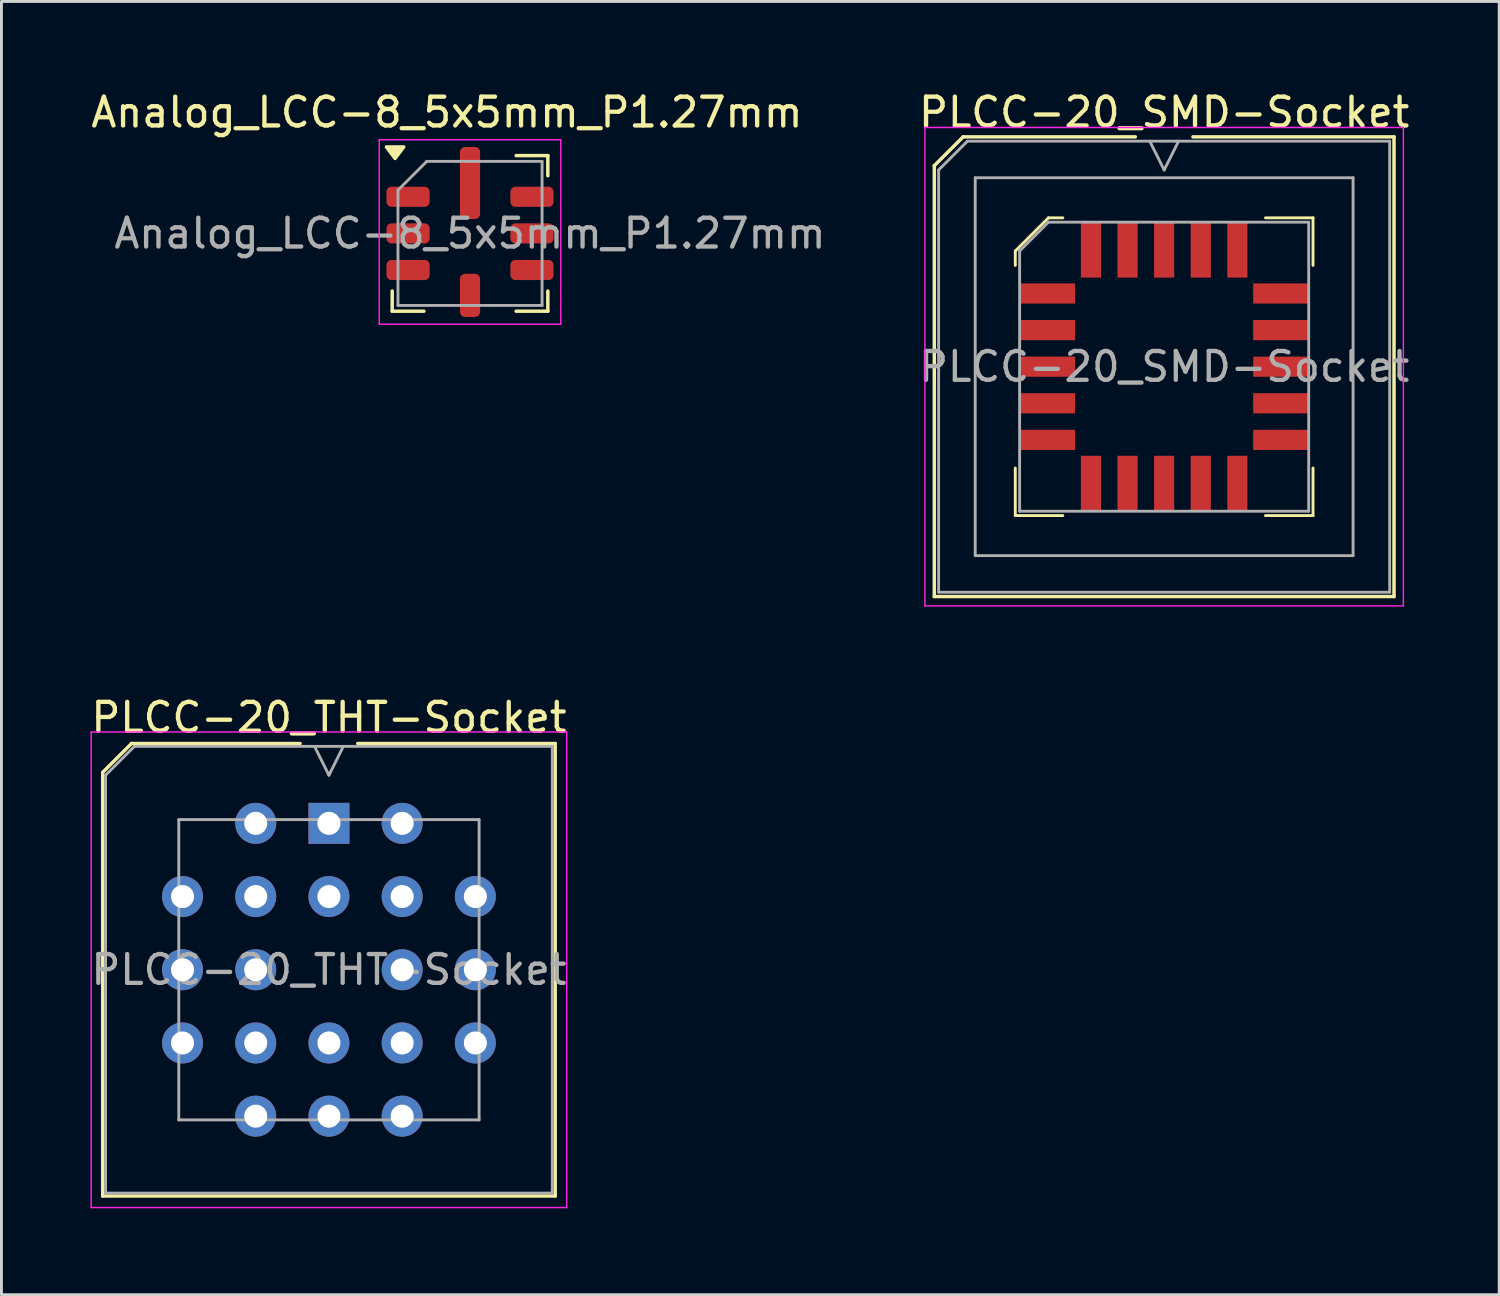
<source format=kicad_pcb>
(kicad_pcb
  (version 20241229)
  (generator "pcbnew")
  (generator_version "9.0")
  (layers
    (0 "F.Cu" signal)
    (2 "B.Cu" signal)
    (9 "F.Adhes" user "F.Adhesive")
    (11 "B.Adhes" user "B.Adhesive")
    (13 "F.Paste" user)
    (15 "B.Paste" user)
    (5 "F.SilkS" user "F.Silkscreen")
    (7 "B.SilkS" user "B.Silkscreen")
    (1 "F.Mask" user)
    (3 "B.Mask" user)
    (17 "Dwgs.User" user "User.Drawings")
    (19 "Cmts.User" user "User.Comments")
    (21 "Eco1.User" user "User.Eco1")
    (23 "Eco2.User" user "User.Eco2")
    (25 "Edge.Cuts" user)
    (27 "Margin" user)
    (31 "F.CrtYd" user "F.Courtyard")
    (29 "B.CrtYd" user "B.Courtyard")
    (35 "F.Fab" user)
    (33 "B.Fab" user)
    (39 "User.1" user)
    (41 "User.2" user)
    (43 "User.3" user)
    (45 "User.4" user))
  (footprint "Analog_LCC-8_5x5mm_P1.27mm"
    (layer "F.Cu")
    (at 13.258 5.048)
    (property "Reference" "Analog_LCC-8_5x5mm_P1.27mm" (at -0.8 -4.2 0) (layer "F.SilkS") (effects (font (size 1 1) (thickness 0.15))))
    (attr smd)
    (fp_line (start -2.7 2.7) (end -2.7 2) (stroke (width 0.12) (type solid)) (layer "F.SilkS"))
    (fp_line (start -1.6 2.7) (end -2.7 2.7) (stroke (width 0.12) (type solid)) (layer "F.SilkS"))
    (fp_line (start 1.6 -2.7) (end 2.7 -2.7) (stroke (width 0.12) (type solid)) (layer "F.SilkS"))
    (fp_line (start 2.7 -2.7) (end 2.7 -2) (stroke (width 0.12) (type solid)) (layer "F.SilkS"))
    (fp_line (start 2.7 2) (end 2.7 2.7) (stroke (width 0.12) (type solid)) (layer "F.SilkS"))
    (fp_line (start 2.7 2.7) (end 1.6 2.7) (stroke (width 0.12) (type solid)) (layer "F.SilkS"))
    (fp_poly (pts (xy -2.6 -2.6) (xy -2.9 -3) (xy -2.3 -3)) (stroke (width 0.12) (type solid)) (fill yes) (layer "F.SilkS"))
    (fp_line (start -3.15 -3.25) (end -3.15 3.15) (stroke (width 0.05) (type solid)) (layer "F.CrtYd"))
    (fp_line (start -3.15 3.15) (end 3.15 3.15) (stroke (width 0.05) (type solid)) (layer "F.CrtYd"))
    (fp_line (start 3.15 -3.25) (end -3.15 -3.25) (stroke (width 0.05) (type solid)) (layer "F.CrtYd"))
    (fp_line (start 3.15 3.15) (end 3.15 -3.25) (stroke (width 0.05) (type solid)) (layer "F.CrtYd"))
    (fp_line (start -2.5 -1.5) (end -2.5 2.5) (stroke (width 0.1) (type solid)) (layer "F.Fab"))
    (fp_line (start -2.5 -1.5) (end -1.5 -2.5) (stroke (width 0.1) (type solid)) (layer "F.Fab"))
    (fp_line (start -2.5 2.5) (end 2.5 2.5) (stroke (width 0.1) (type solid)) (layer "F.Fab"))
    (fp_line (start 2.5 -2.5) (end -1.5 -2.5) (stroke (width 0.1) (type solid)) (layer "F.Fab"))
    (fp_line (start 2.5 2.5) (end 2.5 -2.5) (stroke (width 0.1) (type solid)) (layer "F.Fab"))
    (fp_text user "${REFERENCE}" (at 0 0 0) (layer "F.Fab") (effects (font (size 1 1) (thickness 0.15))))
    (pad "1" smd roundrect (at -2.15 -1.27 90) (size 0.7 1.5) (layers "F.Cu" "F.Mask" "F.Paste") (roundrect_rratio 0.25))
    (pad "2" smd roundrect (at -2.15 0 90) (size 0.7 1.5) (layers "F.Cu" "F.Mask" "F.Paste") (roundrect_rratio 0.25))
    (pad "3" smd roundrect (at -2.15 1.27 90) (size 0.7 1.5) (layers "F.Cu" "F.Mask" "F.Paste") (roundrect_rratio 0.25))
    (pad "4" smd roundrect (at 0 2.15 90) (size 1.5 0.7) (layers "F.Cu" "F.Mask" "F.Paste") (roundrect_rratio 0.25))
    (pad "5" smd roundrect (at 2.15 1.27) (size 1.5 0.7) (layers "F.Cu" "F.Mask" "F.Paste") (roundrect_rratio 0.25))
    (pad "6" smd roundrect (at 2.15 0) (size 1.5 0.7) (layers "F.Cu" "F.Mask" "F.Paste") (roundrect_rratio 0.25))
    (pad "7" smd roundrect (at 2.15 -1.27) (size 1.5 0.7) (layers "F.Cu" "F.Mask" "F.Paste") (roundrect_rratio 0.25))
    (pad "8" smd roundrect (at 0 -1.75 90) (size 2.5 0.7) (layers "F.Cu" "F.Mask" "F.Paste") (roundrect_rratio 0.25)))
  (footprint "PLCC-20_THT-Socket"
    (layer "F.Cu")
    (at 8.363 25.517)
    (property "Reference" "PLCC-20_THT-Socket" (at 0 -3.67 0) (layer "F.SilkS") (effects (font (size 1 1) (thickness 0.15))))
    (attr through_hole)
    (fp_line (start -7.85 -1.77) (end -7.85 12.93) (stroke (width 0.12) (type solid)) (layer "F.SilkS"))
    (fp_line (start -7.85 12.93) (end 7.85 12.93) (stroke (width 0.12) (type solid)) (layer "F.SilkS"))
    (fp_line (start -6.85 -2.77) (end -7.85 -1.77) (stroke (width 0.12) (type solid)) (layer "F.SilkS"))
    (fp_line (start -1 -2.77) (end -6.85 -2.77) (stroke (width 0.12) (type solid)) (layer "F.SilkS"))
    (fp_line (start 7.85 -2.77) (end 1 -2.77) (stroke (width 0.12) (type solid)) (layer "F.SilkS"))
    (fp_line (start 7.85 12.93) (end 7.85 -2.77) (stroke (width 0.12) (type solid)) (layer "F.SilkS"))
    (fp_line (start -8.25 -3.17) (end -8.25 13.33) (stroke (width 0.05) (type solid)) (layer "F.CrtYd"))
    (fp_line (start -8.25 13.33) (end 8.25 13.33) (stroke (width 0.05) (type solid)) (layer "F.CrtYd"))
    (fp_line (start 8.25 -3.17) (end -8.25 -3.17) (stroke (width 0.05) (type solid)) (layer "F.CrtYd"))
    (fp_line (start 8.25 13.33) (end 8.25 -3.17) (stroke (width 0.05) (type solid)) (layer "F.CrtYd"))
    (fp_line (start -7.75 -1.67) (end -7.75 12.83) (stroke (width 0.1) (type solid)) (layer "F.Fab"))
    (fp_line (start -7.75 12.83) (end 7.75 12.83) (stroke (width 0.1) (type solid)) (layer "F.Fab"))
    (fp_line (start -6.75 -2.67) (end -7.75 -1.67) (stroke (width 0.1) (type solid)) (layer "F.Fab"))
    (fp_line (start -5.21 -0.13) (end -5.21 10.29) (stroke (width 0.1) (type solid)) (layer "F.Fab"))
    (fp_line (start -5.21 10.29) (end 5.21 10.29) (stroke (width 0.1) (type solid)) (layer "F.Fab"))
    (fp_line (start -0.5 -2.67) (end 0 -1.67) (stroke (width 0.1) (type solid)) (layer "F.Fab"))
    (fp_line (start 0 -1.67) (end 0.5 -2.67) (stroke (width 0.1) (type solid)) (layer "F.Fab"))
    (fp_line (start 5.21 -0.13) (end -5.21 -0.13) (stroke (width 0.1) (type solid)) (layer "F.Fab"))
    (fp_line (start 5.21 10.29) (end 5.21 -0.13) (stroke (width 0.1) (type solid)) (layer "F.Fab"))
    (fp_line (start 7.75 -2.67) (end -6.75 -2.67) (stroke (width 0.1) (type solid)) (layer "F.Fab"))
    (fp_line (start 7.75 12.83) (end 7.75 -2.67) (stroke (width 0.1) (type solid)) (layer "F.Fab"))
    (fp_text user "${REFERENCE}" (at 0 5.08 0) (layer "F.Fab") (effects (font (size 1 1) (thickness 0.15))))
    (pad "1" thru_hole rect (at 0 0) (size 1.422 1.422) (drill 0.8) (layers "*.Cu" "*.Mask"))
    (pad "2" thru_hole circle (at 0 2.54) (size 1.422 1.422) (drill 0.8) (layers "*.Cu" "*.Mask"))
    (pad "3" thru_hole circle (at -2.54 0) (size 1.422 1.422) (drill 0.8) (layers "*.Cu" "*.Mask"))
    (pad "4" thru_hole circle (at -5.08 2.54) (size 1.422 1.422) (drill 0.8) (layers "*.Cu" "*.Mask"))
    (pad "5" thru_hole circle (at -2.54 2.54) (size 1.422 1.422) (drill 0.8) (layers "*.Cu" "*.Mask"))
    (pad "6" thru_hole circle (at -5.08 5.08) (size 1.422 1.422) (drill 0.8) (layers "*.Cu" "*.Mask"))
    (pad "7" thru_hole circle (at -2.54 5.08) (size 1.422 1.422) (drill 0.8) (layers "*.Cu" "*.Mask"))
    (pad "8" thru_hole circle (at -5.08 7.62) (size 1.422 1.422) (drill 0.8) (layers "*.Cu" "*.Mask"))
    (pad "9" thru_hole circle (at -2.54 10.16) (size 1.422 1.422) (drill 0.8) (layers "*.Cu" "*.Mask"))
    (pad "10" thru_hole circle (at -2.54 7.62) (size 1.422 1.422) (drill 0.8) (layers "*.Cu" "*.Mask"))
    (pad "11" thru_hole circle (at 0 10.16) (size 1.422 1.422) (drill 0.8) (layers "*.Cu" "*.Mask"))
    (pad "12" thru_hole circle (at 0 7.62) (size 1.422 1.422) (drill 0.8) (layers "*.Cu" "*.Mask"))
    (pad "13" thru_hole circle (at 2.54 10.16) (size 1.422 1.422) (drill 0.8) (layers "*.Cu" "*.Mask"))
    (pad "14" thru_hole circle (at 5.08 7.62) (size 1.422 1.422) (drill 0.8) (layers "*.Cu" "*.Mask"))
    (pad "15" thru_hole circle (at 2.54 7.62) (size 1.422 1.422) (drill 0.8) (layers "*.Cu" "*.Mask"))
    (pad "16" thru_hole circle (at 5.08 5.08) (size 1.422 1.422) (drill 0.8) (layers "*.Cu" "*.Mask"))
    (pad "17" thru_hole circle (at 2.54 5.08) (size 1.422 1.422) (drill 0.8) (layers "*.Cu" "*.Mask"))
    (pad "18" thru_hole circle (at 5.08 2.54) (size 1.422 1.422) (drill 0.8) (layers "*.Cu" "*.Mask"))
    (pad "19" thru_hole circle (at 2.54 0) (size 1.422 1.422) (drill 0.8) (layers "*.Cu" "*.Mask"))
    (pad "20" thru_hole circle (at 2.54 2.54) (size 1.422 1.422) (drill 0.8) (layers "*.Cu" "*.Mask")))
  (footprint "PLCC-20_SMD-Socket"
    (layer "F.Cu")
    (at 37.342 9.673)
    (property "Reference" "PLCC-20_SMD-Socket" (at 0 -8.825 0) (layer "F.SilkS") (effects (font (size 1 1) (thickness 0.15))))
    (attr smd)
    (fp_line (start -7.975 -6.975) (end -7.975 7.975) (stroke (width 0.12) (type solid)) (layer "F.SilkS"))
    (fp_line (start -7.975 7.975) (end 7.975 7.975) (stroke (width 0.12) (type solid)) (layer "F.SilkS"))
    (fp_line (start -6.975 -7.975) (end -7.975 -6.975) (stroke (width 0.12) (type solid)) (layer "F.SilkS"))
    (fp_line (start -5.165 -4.015) (end -5.165 -3.515) (stroke (width 0.1) (type solid)) (layer "F.SilkS"))
    (fp_line (start -5.165 5.165) (end -5.165 3.515) (stroke (width 0.1) (type solid)) (layer "F.SilkS"))
    (fp_line (start -4.015 -5.165) (end -5.165 -4.015) (stroke (width 0.1) (type solid)) (layer "F.SilkS"))
    (fp_line (start -3.515 -5.165) (end -4.015 -5.165) (stroke (width 0.1) (type solid)) (layer "F.SilkS"))
    (fp_line (start -3.515 5.165) (end -5.165 5.165) (stroke (width 0.1) (type solid)) (layer "F.SilkS"))
    (fp_line (start -1 -7.975) (end -6.975 -7.975) (stroke (width 0.12) (type solid)) (layer "F.SilkS"))
    (fp_line (start 3.515 -5.165) (end 5.165 -5.165) (stroke (width 0.1) (type solid)) (layer "F.SilkS"))
    (fp_line (start 3.515 5.165) (end 5.165 5.165) (stroke (width 0.1) (type solid)) (layer "F.SilkS"))
    (fp_line (start 5.165 -5.165) (end 5.165 -3.515) (stroke (width 0.1) (type solid)) (layer "F.SilkS"))
    (fp_line (start 5.165 5.165) (end 5.165 3.515) (stroke (width 0.1) (type solid)) (layer "F.SilkS"))
    (fp_line (start 7.975 -7.975) (end 1 -7.975) (stroke (width 0.12) (type solid)) (layer "F.SilkS"))
    (fp_line (start 7.975 7.975) (end 7.975 -7.975) (stroke (width 0.12) (type solid)) (layer "F.SilkS"))
    (fp_line (start -8.3 -8.3) (end -8.3 8.3) (stroke (width 0.05) (type solid)) (layer "F.CrtYd"))
    (fp_line (start -8.3 8.3) (end 8.3 8.3) (stroke (width 0.05) (type solid)) (layer "F.CrtYd"))
    (fp_line (start 8.3 -8.3) (end -8.3 -8.3) (stroke (width 0.05) (type solid)) (layer "F.CrtYd"))
    (fp_line (start 8.3 8.3) (end 8.3 -8.3) (stroke (width 0.05) (type solid)) (layer "F.CrtYd"))
    (fp_line (start -7.825 -6.825) (end -7.825 7.825) (stroke (width 0.1) (type solid)) (layer "F.Fab"))
    (fp_line (start -7.825 7.825) (end 7.825 7.825) (stroke (width 0.1) (type solid)) (layer "F.Fab"))
    (fp_line (start -6.825 -7.825) (end -7.825 -6.825) (stroke (width 0.1) (type solid)) (layer "F.Fab"))
    (fp_line (start -6.555 -6.555) (end -6.555 6.555) (stroke (width 0.1) (type solid)) (layer "F.Fab"))
    (fp_line (start -6.555 6.555) (end 6.555 6.555) (stroke (width 0.1) (type solid)) (layer "F.Fab"))
    (fp_line (start -5.015 -4.015) (end -5.015 5.015) (stroke (width 0.1) (type solid)) (layer "F.Fab"))
    (fp_line (start -5.015 5.015) (end 5.015 5.015) (stroke (width 0.1) (type solid)) (layer "F.Fab"))
    (fp_line (start -4.015 -5.015) (end -5.015 -4.015) (stroke (width 0.1) (type solid)) (layer "F.Fab"))
    (fp_line (start -0.5 -7.825) (end 0 -6.825) (stroke (width 0.1) (type solid)) (layer "F.Fab"))
    (fp_line (start 0 -6.825) (end 0.5 -7.825) (stroke (width 0.1) (type solid)) (layer "F.Fab"))
    (fp_line (start 5.015 -5.015) (end -4.015 -5.015) (stroke (width 0.1) (type solid)) (layer "F.Fab"))
    (fp_line (start 5.015 5.015) (end 5.015 -5.015) (stroke (width 0.1) (type solid)) (layer "F.Fab"))
    (fp_line (start 6.555 -6.555) (end -6.555 -6.555) (stroke (width 0.1) (type solid)) (layer "F.Fab"))
    (fp_line (start 6.555 6.555) (end 6.555 -6.555) (stroke (width 0.1) (type solid)) (layer "F.Fab"))
    (fp_line (start 7.825 -7.825) (end -6.825 -7.825) (stroke (width 0.1) (type solid)) (layer "F.Fab"))
    (fp_line (start 7.825 7.825) (end 7.825 -7.825) (stroke (width 0.1) (type solid)) (layer "F.Fab"))
    (fp_text user "${REFERENCE}" (at 0 0 0) (layer "F.Fab") (effects (font (size 1 1) (thickness 0.15))))
    (pad "1" smd rect (at 0 -4.053) (size 0.7 1.925) (layers "F.Cu" "F.Mask" "F.Paste"))
    (pad "2" smd rect (at -1.27 -4.053) (size 0.7 1.925) (layers "F.Cu" "F.Mask" "F.Paste"))
    (pad "3" smd rect (at -2.54 -4.053) (size 0.7 1.925) (layers "F.Cu" "F.Mask" "F.Paste"))
    (pad "4" smd rect (at -4.053 -2.54) (size 1.925 0.7) (layers "F.Cu" "F.Mask" "F.Paste"))
    (pad "5" smd rect (at -4.053 -1.27) (size 1.925 0.7) (layers "F.Cu" "F.Mask" "F.Paste"))
    (pad "6" smd rect (at -4.053 0) (size 1.925 0.7) (layers "F.Cu" "F.Mask" "F.Paste"))
    (pad "7" smd rect (at -4.053 1.27) (size 1.925 0.7) (layers "F.Cu" "F.Mask" "F.Paste"))
    (pad "8" smd rect (at -4.053 2.54) (size 1.925 0.7) (layers "F.Cu" "F.Mask" "F.Paste"))
    (pad "9" smd rect (at -2.54 4.053) (size 0.7 1.925) (layers "F.Cu" "F.Mask" "F.Paste"))
    (pad "10" smd rect (at -1.27 4.053) (size 0.7 1.925) (layers "F.Cu" "F.Mask" "F.Paste"))
    (pad "11" smd rect (at 0 4.053) (size 0.7 1.925) (layers "F.Cu" "F.Mask" "F.Paste"))
    (pad "12" smd rect (at 1.27 4.053) (size 0.7 1.925) (layers "F.Cu" "F.Mask" "F.Paste"))
    (pad "13" smd rect (at 2.54 4.053) (size 0.7 1.925) (layers "F.Cu" "F.Mask" "F.Paste"))
    (pad "14" smd rect (at 4.053 2.54) (size 1.925 0.7) (layers "F.Cu" "F.Mask" "F.Paste"))
    (pad "15" smd rect (at 4.053 1.27) (size 1.925 0.7) (layers "F.Cu" "F.Mask" "F.Paste"))
    (pad "16" smd rect (at 4.053 0) (size 1.925 0.7) (layers "F.Cu" "F.Mask" "F.Paste"))
    (pad "17" smd rect (at 4.053 -1.27) (size 1.925 0.7) (layers "F.Cu" "F.Mask" "F.Paste"))
    (pad "18" smd rect (at 4.053 -2.54) (size 1.925 0.7) (layers "F.Cu" "F.Mask" "F.Paste"))
    (pad "19" smd rect (at 2.54 -4.053) (size 0.7 1.925) (layers "F.Cu" "F.Mask" "F.Paste"))
    (pad "20" smd rect (at 1.27 -4.053) (size 0.7 1.925) (layers "F.Cu" "F.Mask" "F.Paste")))
  (gr_rect
    (start -3 -3)
    (end 48.967 41.871)
    (stroke (width 0.1) (type default))
    (fill no)
    (layer "Edge.Cuts")))
</source>
